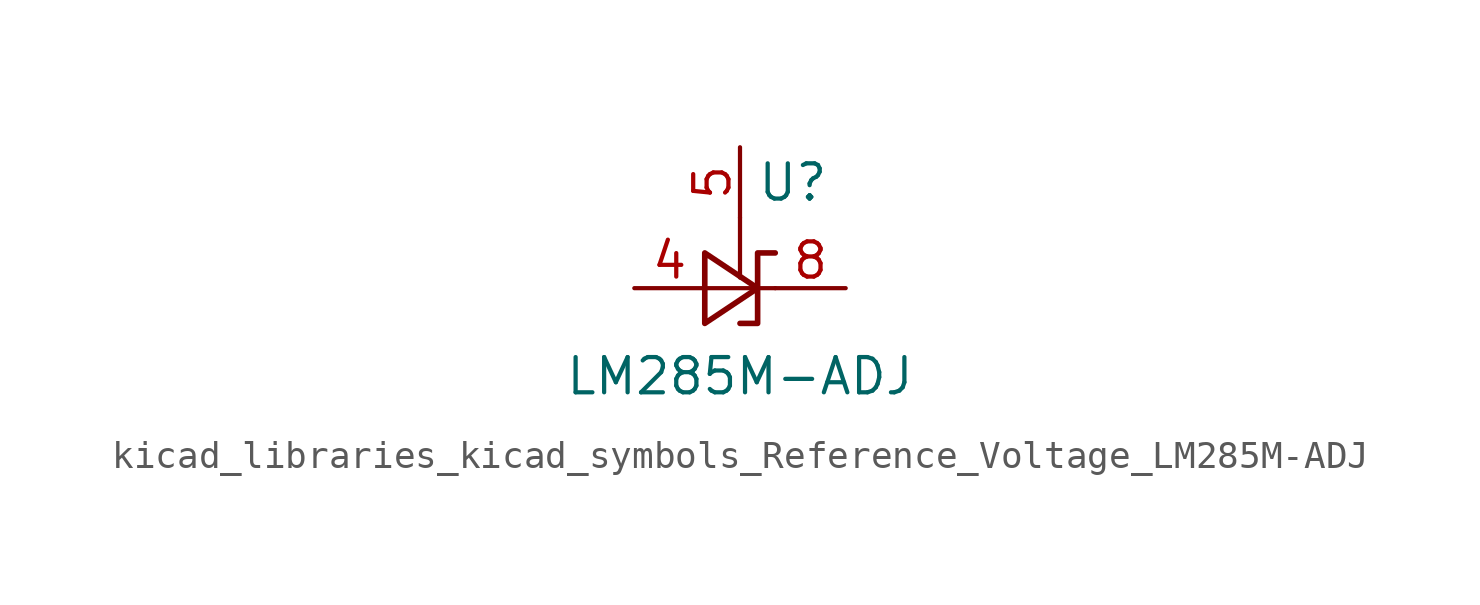
<source format=kicad_sym>
(kicad_symbol_lib
  (version 20220914)
  (generator kicad_symbol_editor)
  (symbol "kicad_libraries_kicad_symbols_Reference_Voltage_LM285M-ADJ"
    (pin_names
      (offset 0.025) hide)
    (property "Reference" "U"
      (at 1.905 3.81 0)
      (effects (font (size 1.27 1.27))))
    (property "Value" "LM285M-ADJ"
      (at 0 -3.175 0)
      (effects (font (size 1.27 1.27))))
    (symbol "kicad_libraries_kicad_symbols_Reference_Voltage_LM285M-ADJ_0_1"
      (polyline (pts (xy 0 2.54) (xy 0 0.381)) (stroke (width 0) (type default)) (fill (type none)))
      (polyline (pts (xy -1.27 0) (xy 0 0) (xy 1.27 0)) (stroke (width 0) (type default)) (fill (type none)))
      (polyline (pts (xy -1.27 -1.27) (xy 0.635 0) (xy -1.27 1.27) (xy -1.27 -1.27)) (stroke (width 0.203) (type default)) (fill (type none)))
      (polyline (pts (xy 0 -1.27) (xy 0.635 -1.27) (xy 0.635 1.27) (xy 1.27 1.27)) (stroke (width 0.203) (type default)) (fill (type none))))
    (symbol "kicad_libraries_kicad_symbols_Reference_Voltage_LM285M-ADJ_1_1"
      (pin passive line (at -3.81 0 0) (length 2.54) (name "A" (effects (font (size 1.27 1.27)))) (number "4" (effects (font (size 1.27 1.27)))))
      (pin input line (at 0 5.08 270) (length 2.54) (name "FB" (effects (font (size 1.27 1.27)))) (number "5" (effects (font (size 1.27 1.27)))))
      (pin passive line (at 3.81 0 180) (length 2.54) (name "K" (effects (font (size 1.27 1.27)))) (number "8" (effects (font (size 1.27 1.27))))))))
</source>
